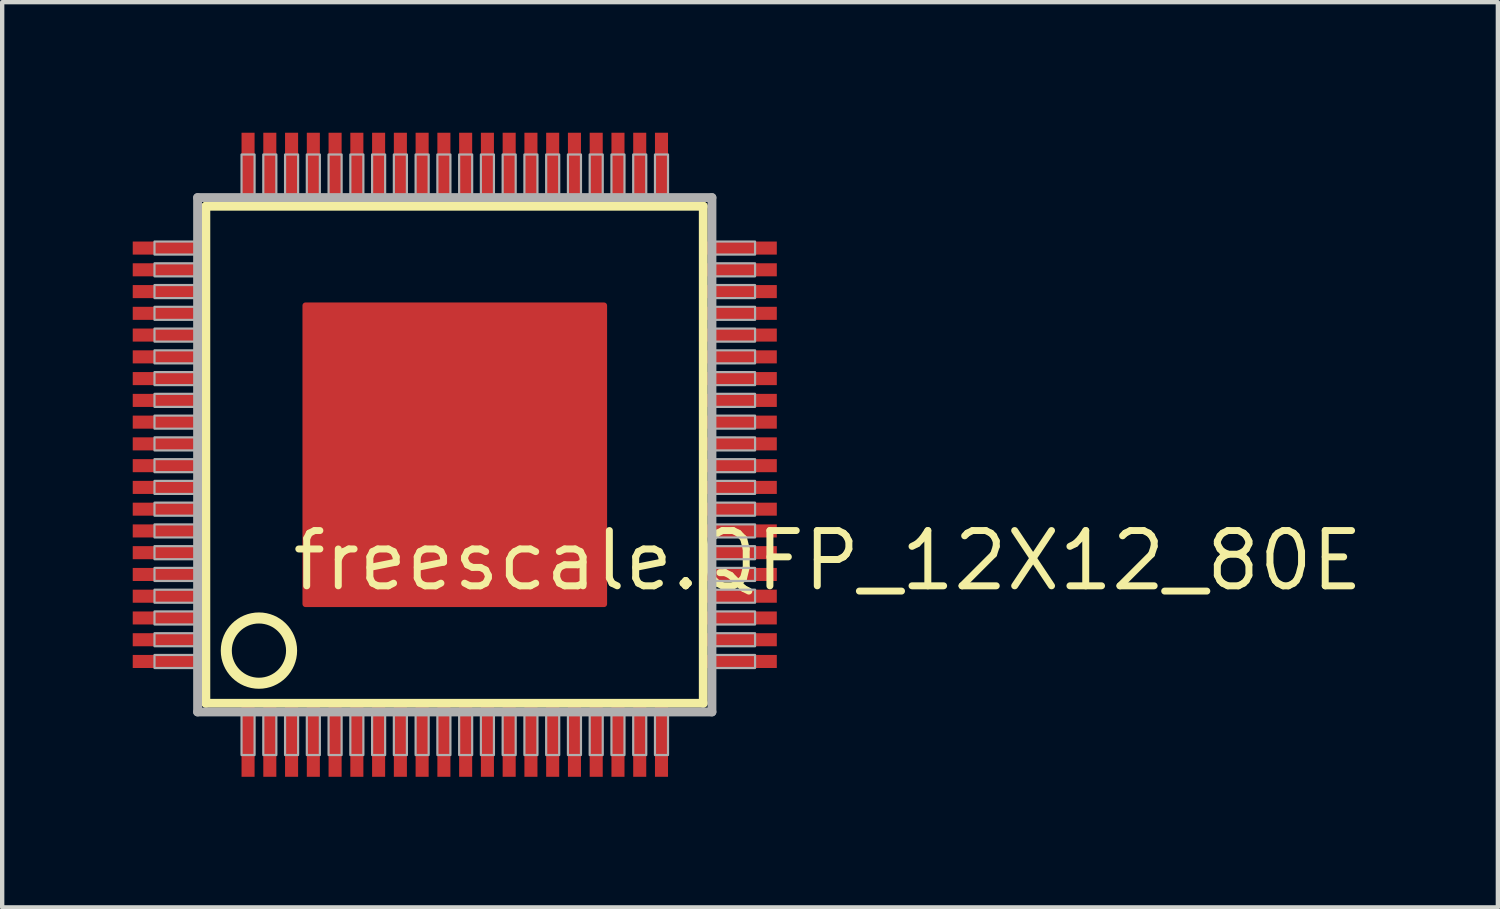
<source format=kicad_pcb>
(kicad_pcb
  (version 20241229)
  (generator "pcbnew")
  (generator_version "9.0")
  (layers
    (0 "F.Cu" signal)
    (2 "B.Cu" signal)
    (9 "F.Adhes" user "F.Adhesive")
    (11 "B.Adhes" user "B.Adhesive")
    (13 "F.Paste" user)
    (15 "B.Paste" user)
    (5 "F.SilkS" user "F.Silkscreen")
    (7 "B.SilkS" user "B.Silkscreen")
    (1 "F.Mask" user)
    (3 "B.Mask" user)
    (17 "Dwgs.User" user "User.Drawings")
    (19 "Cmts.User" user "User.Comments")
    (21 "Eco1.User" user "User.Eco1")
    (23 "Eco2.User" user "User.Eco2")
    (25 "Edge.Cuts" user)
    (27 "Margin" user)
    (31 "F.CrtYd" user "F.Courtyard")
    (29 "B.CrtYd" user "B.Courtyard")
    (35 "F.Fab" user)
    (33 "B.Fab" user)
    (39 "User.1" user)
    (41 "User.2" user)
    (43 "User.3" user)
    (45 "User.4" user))
  (footprint "freescale.QFP_12X12_80E"
    (layer "F.Cu")
    (at 7.4 7.4)
    (property "Reference" "freescale.QFP_12X12_80E" (at -3.81 3.175 0) (layer "F.SilkS") (effects (font (size 1.27 1.27) (thickness 0.16)) (justify left bottom)))
    (attr smd)
    (fp_line (start -5.72 -5.71) (end 5.71 -5.71) (stroke (width 0.203) (type default)) (layer "F.SilkS"))
    (fp_line (start -5.72 5.71) (end -5.72 -5.71) (stroke (width 0.203) (type default)) (layer "F.SilkS"))
    (fp_line (start 5.71 -5.71) (end 5.71 5.71) (stroke (width 0.203) (type default)) (layer "F.SilkS"))
    (fp_line (start 5.71 5.71) (end -5.72 5.71) (stroke (width 0.203) (type default)) (layer "F.SilkS"))
    (fp_circle (center -4.5 4.5) (end -3.75 4.5) (stroke (width 0.254) (type default)) (fill no) (layer "F.SilkS"))
    (fp_line (start -5.91 -5.91) (end -5.91 5.91) (stroke (width 0.203) (type default)) (layer "F.Fab"))
    (fp_line (start -5.91 5.91) (end 5.91 5.91) (stroke (width 0.203) (type default)) (layer "F.Fab"))
    (fp_line (start 5.91 -5.91) (end -5.91 -5.91) (stroke (width 0.203) (type default)) (layer "F.Fab"))
    (fp_line (start 5.91 5.91) (end 5.91 -5.91) (stroke (width 0.203) (type default)) (layer "F.Fab"))
    (fp_rect (start -6.9 -4.6) (end -5.95 -4.9) (stroke (width 0.05) (type default)) (fill no) (layer "F.Fab"))
    (fp_rect (start -6.9 -4.1) (end -5.95 -4.4) (stroke (width 0.05) (type default)) (fill no) (layer "F.Fab"))
    (fp_rect (start -6.9 -3.6) (end -5.95 -3.9) (stroke (width 0.05) (type default)) (fill no) (layer "F.Fab"))
    (fp_rect (start -6.9 -3.1) (end -5.95 -3.4) (stroke (width 0.05) (type default)) (fill no) (layer "F.Fab"))
    (fp_rect (start -6.9 -2.6) (end -5.95 -2.9) (stroke (width 0.05) (type default)) (fill no) (layer "F.Fab"))
    (fp_rect (start -6.9 -2.1) (end -5.95 -2.4) (stroke (width 0.05) (type default)) (fill no) (layer "F.Fab"))
    (fp_rect (start -6.9 -1.6) (end -5.95 -1.9) (stroke (width 0.05) (type default)) (fill no) (layer "F.Fab"))
    (fp_rect (start -6.9 -1.1) (end -5.95 -1.4) (stroke (width 0.05) (type default)) (fill no) (layer "F.Fab"))
    (fp_rect (start -6.9 -0.6) (end -5.95 -0.9) (stroke (width 0.05) (type default)) (fill no) (layer "F.Fab"))
    (fp_rect (start -6.9 -0.1) (end -5.95 -0.4) (stroke (width 0.05) (type default)) (fill no) (layer "F.Fab"))
    (fp_rect (start -6.9 0.4) (end -5.95 0.1) (stroke (width 0.05) (type default)) (fill no) (layer "F.Fab"))
    (fp_rect (start -6.9 0.9) (end -5.95 0.6) (stroke (width 0.05) (type default)) (fill no) (layer "F.Fab"))
    (fp_rect (start -6.9 1.4) (end -5.95 1.1) (stroke (width 0.05) (type default)) (fill no) (layer "F.Fab"))
    (fp_rect (start -6.9 1.9) (end -5.95 1.6) (stroke (width 0.05) (type default)) (fill no) (layer "F.Fab"))
    (fp_rect (start -6.9 2.4) (end -5.95 2.1) (stroke (width 0.05) (type default)) (fill no) (layer "F.Fab"))
    (fp_rect (start -6.9 2.9) (end -5.95 2.6) (stroke (width 0.05) (type default)) (fill no) (layer "F.Fab"))
    (fp_rect (start -6.9 3.4) (end -5.95 3.1) (stroke (width 0.05) (type default)) (fill no) (layer "F.Fab"))
    (fp_rect (start -6.9 3.9) (end -5.95 3.6) (stroke (width 0.05) (type default)) (fill no) (layer "F.Fab"))
    (fp_rect (start -6.9 4.4) (end -5.95 4.1) (stroke (width 0.05) (type default)) (fill no) (layer "F.Fab"))
    (fp_rect (start -6.9 4.9) (end -5.95 4.6) (stroke (width 0.05) (type default)) (fill no) (layer "F.Fab"))
    (fp_rect (start -4.9 -5.95) (end -4.6 -6.9) (stroke (width 0.05) (type default)) (fill no) (layer "F.Fab"))
    (fp_rect (start -4.9 6.9) (end -4.6 5.95) (stroke (width 0.05) (type default)) (fill no) (layer "F.Fab"))
    (fp_rect (start -4.4 -5.95) (end -4.1 -6.9) (stroke (width 0.05) (type default)) (fill no) (layer "F.Fab"))
    (fp_rect (start -4.4 6.9) (end -4.1 5.95) (stroke (width 0.05) (type default)) (fill no) (layer "F.Fab"))
    (fp_rect (start -3.9 -5.95) (end -3.6 -6.9) (stroke (width 0.05) (type default)) (fill no) (layer "F.Fab"))
    (fp_rect (start -3.9 6.9) (end -3.6 5.95) (stroke (width 0.05) (type default)) (fill no) (layer "F.Fab"))
    (fp_rect (start -3.4 -5.95) (end -3.1 -6.9) (stroke (width 0.05) (type default)) (fill no) (layer "F.Fab"))
    (fp_rect (start -3.4 6.9) (end -3.1 5.95) (stroke (width 0.05) (type default)) (fill no) (layer "F.Fab"))
    (fp_rect (start -2.9 -5.95) (end -2.6 -6.9) (stroke (width 0.05) (type default)) (fill no) (layer "F.Fab"))
    (fp_rect (start -2.9 6.9) (end -2.6 5.95) (stroke (width 0.05) (type default)) (fill no) (layer "F.Fab"))
    (fp_rect (start -2.4 -5.95) (end -2.1 -6.9) (stroke (width 0.05) (type default)) (fill no) (layer "F.Fab"))
    (fp_rect (start -2.4 6.9) (end -2.1 5.95) (stroke (width 0.05) (type default)) (fill no) (layer "F.Fab"))
    (fp_rect (start -1.9 -5.95) (end -1.6 -6.9) (stroke (width 0.05) (type default)) (fill no) (layer "F.Fab"))
    (fp_rect (start -1.9 6.9) (end -1.6 5.95) (stroke (width 0.05) (type default)) (fill no) (layer "F.Fab"))
    (fp_rect (start -1.4 -5.95) (end -1.1 -6.9) (stroke (width 0.05) (type default)) (fill no) (layer "F.Fab"))
    (fp_rect (start -1.4 6.9) (end -1.1 5.95) (stroke (width 0.05) (type default)) (fill no) (layer "F.Fab"))
    (fp_rect (start -0.9 -5.95) (end -0.6 -6.9) (stroke (width 0.05) (type default)) (fill no) (layer "F.Fab"))
    (fp_rect (start -0.9 6.9) (end -0.6 5.95) (stroke (width 0.05) (type default)) (fill no) (layer "F.Fab"))
    (fp_rect (start -0.4 -5.95) (end -0.1 -6.9) (stroke (width 0.05) (type default)) (fill no) (layer "F.Fab"))
    (fp_rect (start -0.4 6.9) (end -0.1 5.95) (stroke (width 0.05) (type default)) (fill no) (layer "F.Fab"))
    (fp_rect (start 0.1 -5.95) (end 0.4 -6.9) (stroke (width 0.05) (type default)) (fill no) (layer "F.Fab"))
    (fp_rect (start 0.1 6.9) (end 0.4 5.95) (stroke (width 0.05) (type default)) (fill no) (layer "F.Fab"))
    (fp_rect (start 0.6 -5.95) (end 0.9 -6.9) (stroke (width 0.05) (type default)) (fill no) (layer "F.Fab"))
    (fp_rect (start 0.6 6.9) (end 0.9 5.95) (stroke (width 0.05) (type default)) (fill no) (layer "F.Fab"))
    (fp_rect (start 1.1 -5.95) (end 1.4 -6.9) (stroke (width 0.05) (type default)) (fill no) (layer "F.Fab"))
    (fp_rect (start 1.1 6.9) (end 1.4 5.95) (stroke (width 0.05) (type default)) (fill no) (layer "F.Fab"))
    (fp_rect (start 1.6 -5.95) (end 1.9 -6.9) (stroke (width 0.05) (type default)) (fill no) (layer "F.Fab"))
    (fp_rect (start 1.6 6.9) (end 1.9 5.95) (stroke (width 0.05) (type default)) (fill no) (layer "F.Fab"))
    (fp_rect (start 2.1 -5.95) (end 2.4 -6.9) (stroke (width 0.05) (type default)) (fill no) (layer "F.Fab"))
    (fp_rect (start 2.1 6.9) (end 2.4 5.95) (stroke (width 0.05) (type default)) (fill no) (layer "F.Fab"))
    (fp_rect (start 2.6 -5.95) (end 2.9 -6.9) (stroke (width 0.05) (type default)) (fill no) (layer "F.Fab"))
    (fp_rect (start 2.6 6.9) (end 2.9 5.95) (stroke (width 0.05) (type default)) (fill no) (layer "F.Fab"))
    (fp_rect (start 3.1 -5.95) (end 3.4 -6.9) (stroke (width 0.05) (type default)) (fill no) (layer "F.Fab"))
    (fp_rect (start 3.1 6.9) (end 3.4 5.95) (stroke (width 0.05) (type default)) (fill no) (layer "F.Fab"))
    (fp_rect (start 3.6 -5.95) (end 3.9 -6.9) (stroke (width 0.05) (type default)) (fill no) (layer "F.Fab"))
    (fp_rect (start 3.6 6.9) (end 3.9 5.95) (stroke (width 0.05) (type default)) (fill no) (layer "F.Fab"))
    (fp_rect (start 4.1 -5.95) (end 4.4 -6.9) (stroke (width 0.05) (type default)) (fill no) (layer "F.Fab"))
    (fp_rect (start 4.1 6.9) (end 4.4 5.95) (stroke (width 0.05) (type default)) (fill no) (layer "F.Fab"))
    (fp_rect (start 4.6 -5.95) (end 4.9 -6.9) (stroke (width 0.05) (type default)) (fill no) (layer "F.Fab"))
    (fp_rect (start 4.6 6.9) (end 4.9 5.95) (stroke (width 0.05) (type default)) (fill no) (layer "F.Fab"))
    (fp_rect (start 5.95 -4.6) (end 6.9 -4.9) (stroke (width 0.05) (type default)) (fill no) (layer "F.Fab"))
    (fp_rect (start 5.95 -4.1) (end 6.9 -4.4) (stroke (width 0.05) (type default)) (fill no) (layer "F.Fab"))
    (fp_rect (start 5.95 -3.6) (end 6.9 -3.9) (stroke (width 0.05) (type default)) (fill no) (layer "F.Fab"))
    (fp_rect (start 5.95 -3.1) (end 6.9 -3.4) (stroke (width 0.05) (type default)) (fill no) (layer "F.Fab"))
    (fp_rect (start 5.95 -2.6) (end 6.9 -2.9) (stroke (width 0.05) (type default)) (fill no) (layer "F.Fab"))
    (fp_rect (start 5.95 -2.1) (end 6.9 -2.4) (stroke (width 0.05) (type default)) (fill no) (layer "F.Fab"))
    (fp_rect (start 5.95 -1.6) (end 6.9 -1.9) (stroke (width 0.05) (type default)) (fill no) (layer "F.Fab"))
    (fp_rect (start 5.95 -1.1) (end 6.9 -1.4) (stroke (width 0.05) (type default)) (fill no) (layer "F.Fab"))
    (fp_rect (start 5.95 -0.6) (end 6.9 -0.9) (stroke (width 0.05) (type default)) (fill no) (layer "F.Fab"))
    (fp_rect (start 5.95 -0.1) (end 6.9 -0.4) (stroke (width 0.05) (type default)) (fill no) (layer "F.Fab"))
    (fp_rect (start 5.95 0.4) (end 6.9 0.1) (stroke (width 0.05) (type default)) (fill no) (layer "F.Fab"))
    (fp_rect (start 5.95 0.9) (end 6.9 0.6) (stroke (width 0.05) (type default)) (fill no) (layer "F.Fab"))
    (fp_rect (start 5.95 1.4) (end 6.9 1.1) (stroke (width 0.05) (type default)) (fill no) (layer "F.Fab"))
    (fp_rect (start 5.95 1.9) (end 6.9 1.6) (stroke (width 0.05) (type default)) (fill no) (layer "F.Fab"))
    (fp_rect (start 5.95 2.4) (end 6.9 2.1) (stroke (width 0.05) (type default)) (fill no) (layer "F.Fab"))
    (fp_rect (start 5.95 2.9) (end 6.9 2.6) (stroke (width 0.05) (type default)) (fill no) (layer "F.Fab"))
    (fp_rect (start 5.95 3.4) (end 6.9 3.1) (stroke (width 0.05) (type default)) (fill no) (layer "F.Fab"))
    (fp_rect (start 5.95 3.9) (end 6.9 3.6) (stroke (width 0.05) (type default)) (fill no) (layer "F.Fab"))
    (fp_rect (start 5.95 4.4) (end 6.9 4.1) (stroke (width 0.05) (type default)) (fill no) (layer "F.Fab"))
    (fp_rect (start 5.95 4.9) (end 6.9 4.6) (stroke (width 0.05) (type default)) (fill no) (layer "F.Fab"))
    (pad "1" smd roundrect (at -4.75 6.6) (size 0.3 1.6) (layers "F.Cu" "F.Mask" "F.Paste") (roundrect_rratio 0.01))
    (pad "2" smd roundrect (at -4.25 6.6) (size 0.3 1.6) (layers "F.Cu" "F.Mask" "F.Paste") (roundrect_rratio 0.01))
    (pad "3" smd roundrect (at -3.75 6.6) (size 0.3 1.6) (layers "F.Cu" "F.Mask" "F.Paste") (roundrect_rratio 0.01))
    (pad "4" smd roundrect (at -3.25 6.6) (size 0.3 1.6) (layers "F.Cu" "F.Mask" "F.Paste") (roundrect_rratio 0.01))
    (pad "5" smd roundrect (at -2.75 6.6) (size 0.3 1.6) (layers "F.Cu" "F.Mask" "F.Paste") (roundrect_rratio 0.01))
    (pad "6" smd roundrect (at -2.25 6.6) (size 0.3 1.6) (layers "F.Cu" "F.Mask" "F.Paste") (roundrect_rratio 0.01))
    (pad "7" smd roundrect (at -1.75 6.6) (size 0.3 1.6) (layers "F.Cu" "F.Mask" "F.Paste") (roundrect_rratio 0.01))
    (pad "8" smd roundrect (at -1.25 6.6) (size 0.3 1.6) (layers "F.Cu" "F.Mask" "F.Paste") (roundrect_rratio 0.01))
    (pad "9" smd roundrect (at -0.75 6.6) (size 0.3 1.6) (layers "F.Cu" "F.Mask" "F.Paste") (roundrect_rratio 0.01))
    (pad "10" smd roundrect (at -0.25 6.6) (size 0.3 1.6) (layers "F.Cu" "F.Mask" "F.Paste") (roundrect_rratio 0.01))
    (pad "11" smd roundrect (at 0.25 6.6) (size 0.3 1.6) (layers "F.Cu" "F.Mask" "F.Paste") (roundrect_rratio 0.01))
    (pad "12" smd roundrect (at 0.75 6.6) (size 0.3 1.6) (layers "F.Cu" "F.Mask" "F.Paste") (roundrect_rratio 0.01))
    (pad "13" smd roundrect (at 1.25 6.6) (size 0.3 1.6) (layers "F.Cu" "F.Mask" "F.Paste") (roundrect_rratio 0.01))
    (pad "14" smd roundrect (at 1.75 6.6) (size 0.3 1.6) (layers "F.Cu" "F.Mask" "F.Paste") (roundrect_rratio 0.01))
    (pad "15" smd roundrect (at 2.25 6.6) (size 0.3 1.6) (layers "F.Cu" "F.Mask" "F.Paste") (roundrect_rratio 0.01))
    (pad "16" smd roundrect (at 2.75 6.6) (size 0.3 1.6) (layers "F.Cu" "F.Mask" "F.Paste") (roundrect_rratio 0.01))
    (pad "17" smd roundrect (at 3.25 6.6) (size 0.3 1.6) (layers "F.Cu" "F.Mask" "F.Paste") (roundrect_rratio 0.01))
    (pad "18" smd roundrect (at 3.75 6.6) (size 0.3 1.6) (layers "F.Cu" "F.Mask" "F.Paste") (roundrect_rratio 0.01))
    (pad "19" smd roundrect (at 4.25 6.6) (size 0.3 1.6) (layers "F.Cu" "F.Mask" "F.Paste") (roundrect_rratio 0.01))
    (pad "20" smd roundrect (at 4.75 6.6) (size 0.3 1.6) (layers "F.Cu" "F.Mask" "F.Paste") (roundrect_rratio 0.01))
    (pad "21" smd roundrect (at 6.6 4.75) (size 1.6 0.3) (layers "F.Cu" "F.Mask" "F.Paste") (roundrect_rratio 0.01))
    (pad "22" smd roundrect (at 6.6 4.25) (size 1.6 0.3) (layers "F.Cu" "F.Mask" "F.Paste") (roundrect_rratio 0.01))
    (pad "23" smd roundrect (at 6.6 3.75) (size 1.6 0.3) (layers "F.Cu" "F.Mask" "F.Paste") (roundrect_rratio 0.01))
    (pad "24" smd roundrect (at 6.6 3.25) (size 1.6 0.3) (layers "F.Cu" "F.Mask" "F.Paste") (roundrect_rratio 0.01))
    (pad "25" smd roundrect (at 6.6 2.75) (size 1.6 0.3) (layers "F.Cu" "F.Mask" "F.Paste") (roundrect_rratio 0.01))
    (pad "26" smd roundrect (at 6.6 2.25) (size 1.6 0.3) (layers "F.Cu" "F.Mask" "F.Paste") (roundrect_rratio 0.01))
    (pad "27" smd roundrect (at 6.6 1.75) (size 1.6 0.3) (layers "F.Cu" "F.Mask" "F.Paste") (roundrect_rratio 0.01))
    (pad "28" smd roundrect (at 6.6 1.25) (size 1.6 0.3) (layers "F.Cu" "F.Mask" "F.Paste") (roundrect_rratio 0.01))
    (pad "29" smd roundrect (at 6.6 0.75) (size 1.6 0.3) (layers "F.Cu" "F.Mask" "F.Paste") (roundrect_rratio 0.01))
    (pad "30" smd roundrect (at 6.6 0.25) (size 1.6 0.3) (layers "F.Cu" "F.Mask" "F.Paste") (roundrect_rratio 0.01))
    (pad "31" smd roundrect (at 6.6 -0.25) (size 1.6 0.3) (layers "F.Cu" "F.Mask" "F.Paste") (roundrect_rratio 0.01))
    (pad "32" smd roundrect (at 6.6 -0.75) (size 1.6 0.3) (layers "F.Cu" "F.Mask" "F.Paste") (roundrect_rratio 0.01))
    (pad "33" smd roundrect (at 6.6 -1.25) (size 1.6 0.3) (layers "F.Cu" "F.Mask" "F.Paste") (roundrect_rratio 0.01))
    (pad "34" smd roundrect (at 6.6 -1.75) (size 1.6 0.3) (layers "F.Cu" "F.Mask" "F.Paste") (roundrect_rratio 0.01))
    (pad "35" smd roundrect (at 6.6 -2.25) (size 1.6 0.3) (layers "F.Cu" "F.Mask" "F.Paste") (roundrect_rratio 0.01))
    (pad "36" smd roundrect (at 6.6 -2.75) (size 1.6 0.3) (layers "F.Cu" "F.Mask" "F.Paste") (roundrect_rratio 0.01))
    (pad "37" smd roundrect (at 6.6 -3.25) (size 1.6 0.3) (layers "F.Cu" "F.Mask" "F.Paste") (roundrect_rratio 0.01))
    (pad "38" smd roundrect (at 6.6 -3.75) (size 1.6 0.3) (layers "F.Cu" "F.Mask" "F.Paste") (roundrect_rratio 0.01))
    (pad "39" smd roundrect (at 6.6 -4.25) (size 1.6 0.3) (layers "F.Cu" "F.Mask" "F.Paste") (roundrect_rratio 0.01))
    (pad "40" smd roundrect (at 6.6 -4.75) (size 1.6 0.3) (layers "F.Cu" "F.Mask" "F.Paste") (roundrect_rratio 0.01))
    (pad "41" smd roundrect (at 4.75 -6.6) (size 0.3 1.6) (layers "F.Cu" "F.Mask" "F.Paste") (roundrect_rratio 0.01))
    (pad "42" smd roundrect (at 4.25 -6.6) (size 0.3 1.6) (layers "F.Cu" "F.Mask" "F.Paste") (roundrect_rratio 0.01))
    (pad "43" smd roundrect (at 3.75 -6.6) (size 0.3 1.6) (layers "F.Cu" "F.Mask" "F.Paste") (roundrect_rratio 0.01))
    (pad "44" smd roundrect (at 3.25 -6.6) (size 0.3 1.6) (layers "F.Cu" "F.Mask" "F.Paste") (roundrect_rratio 0.01))
    (pad "45" smd roundrect (at 2.75 -6.6) (size 0.3 1.6) (layers "F.Cu" "F.Mask" "F.Paste") (roundrect_rratio 0.01))
    (pad "46" smd roundrect (at 2.25 -6.6) (size 0.3 1.6) (layers "F.Cu" "F.Mask" "F.Paste") (roundrect_rratio 0.01))
    (pad "47" smd roundrect (at 1.75 -6.6) (size 0.3 1.6) (layers "F.Cu" "F.Mask" "F.Paste") (roundrect_rratio 0.01))
    (pad "48" smd roundrect (at 1.25 -6.6) (size 0.3 1.6) (layers "F.Cu" "F.Mask" "F.Paste") (roundrect_rratio 0.01))
    (pad "49" smd roundrect (at 0.75 -6.6) (size 0.3 1.6) (layers "F.Cu" "F.Mask" "F.Paste") (roundrect_rratio 0.01))
    (pad "50" smd roundrect (at 0.25 -6.6) (size 0.3 1.6) (layers "F.Cu" "F.Mask" "F.Paste") (roundrect_rratio 0.01))
    (pad "51" smd roundrect (at -0.25 -6.6) (size 0.3 1.6) (layers "F.Cu" "F.Mask" "F.Paste") (roundrect_rratio 0.01))
    (pad "52" smd roundrect (at -0.75 -6.6) (size 0.3 1.6) (layers "F.Cu" "F.Mask" "F.Paste") (roundrect_rratio 0.01))
    (pad "53" smd roundrect (at -1.25 -6.6) (size 0.3 1.6) (layers "F.Cu" "F.Mask" "F.Paste") (roundrect_rratio 0.01))
    (pad "54" smd roundrect (at -1.75 -6.6) (size 0.3 1.6) (layers "F.Cu" "F.Mask" "F.Paste") (roundrect_rratio 0.01))
    (pad "55" smd roundrect (at -2.25 -6.6) (size 0.3 1.6) (layers "F.Cu" "F.Mask" "F.Paste") (roundrect_rratio 0.01))
    (pad "56" smd roundrect (at -2.75 -6.6) (size 0.3 1.6) (layers "F.Cu" "F.Mask" "F.Paste") (roundrect_rratio 0.01))
    (pad "57" smd roundrect (at -3.25 -6.6) (size 0.3 1.6) (layers "F.Cu" "F.Mask" "F.Paste") (roundrect_rratio 0.01))
    (pad "58" smd roundrect (at -3.75 -6.6) (size 0.3 1.6) (layers "F.Cu" "F.Mask" "F.Paste") (roundrect_rratio 0.01))
    (pad "59" smd roundrect (at -4.25 -6.6) (size 0.3 1.6) (layers "F.Cu" "F.Mask" "F.Paste") (roundrect_rratio 0.01))
    (pad "60" smd roundrect (at -4.75 -6.6) (size 0.3 1.6) (layers "F.Cu" "F.Mask" "F.Paste") (roundrect_rratio 0.01))
    (pad "61" smd roundrect (at -6.6 -4.75) (size 1.6 0.3) (layers "F.Cu" "F.Mask" "F.Paste") (roundrect_rratio 0.01))
    (pad "62" smd roundrect (at -6.6 -4.25) (size 1.6 0.3) (layers "F.Cu" "F.Mask" "F.Paste") (roundrect_rratio 0.01))
    (pad "63" smd roundrect (at -6.6 -3.75) (size 1.6 0.3) (layers "F.Cu" "F.Mask" "F.Paste") (roundrect_rratio 0.01))
    (pad "64" smd roundrect (at -6.6 -3.25) (size 1.6 0.3) (layers "F.Cu" "F.Mask" "F.Paste") (roundrect_rratio 0.01))
    (pad "65" smd roundrect (at -6.6 -2.75) (size 1.6 0.3) (layers "F.Cu" "F.Mask" "F.Paste") (roundrect_rratio 0.01))
    (pad "66" smd roundrect (at -6.6 -2.25) (size 1.6 0.3) (layers "F.Cu" "F.Mask" "F.Paste") (roundrect_rratio 0.01))
    (pad "67" smd roundrect (at -6.6 -1.75) (size 1.6 0.3) (layers "F.Cu" "F.Mask" "F.Paste") (roundrect_rratio 0.01))
    (pad "68" smd roundrect (at -6.6 -1.25) (size 1.6 0.3) (layers "F.Cu" "F.Mask" "F.Paste") (roundrect_rratio 0.01))
    (pad "69" smd roundrect (at -6.6 -0.75) (size 1.6 0.3) (layers "F.Cu" "F.Mask" "F.Paste") (roundrect_rratio 0.01))
    (pad "70" smd roundrect (at -6.6 -0.25) (size 1.6 0.3) (layers "F.Cu" "F.Mask" "F.Paste") (roundrect_rratio 0.01))
    (pad "71" smd roundrect (at -6.6 0.25) (size 1.6 0.3) (layers "F.Cu" "F.Mask" "F.Paste") (roundrect_rratio 0.01))
    (pad "72" smd roundrect (at -6.6 0.75) (size 1.6 0.3) (layers "F.Cu" "F.Mask" "F.Paste") (roundrect_rratio 0.01))
    (pad "73" smd roundrect (at -6.6 1.25) (size 1.6 0.3) (layers "F.Cu" "F.Mask" "F.Paste") (roundrect_rratio 0.01))
    (pad "74" smd roundrect (at -6.6 1.75) (size 1.6 0.3) (layers "F.Cu" "F.Mask" "F.Paste") (roundrect_rratio 0.01))
    (pad "75" smd roundrect (at -6.6 2.25) (size 1.6 0.3) (layers "F.Cu" "F.Mask" "F.Paste") (roundrect_rratio 0.01))
    (pad "76" smd roundrect (at -6.6 2.75) (size 1.6 0.3) (layers "F.Cu" "F.Mask" "F.Paste") (roundrect_rratio 0.01))
    (pad "77" smd roundrect (at -6.6 3.25) (size 1.6 0.3) (layers "F.Cu" "F.Mask" "F.Paste") (roundrect_rratio 0.01))
    (pad "78" smd roundrect (at -6.6 3.75) (size 1.6 0.3) (layers "F.Cu" "F.Mask" "F.Paste") (roundrect_rratio 0.01))
    (pad "79" smd roundrect (at -6.6 4.25) (size 1.6 0.3) (layers "F.Cu" "F.Mask" "F.Paste") (roundrect_rratio 0.01))
    (pad "80" smd roundrect (at -6.6 4.75) (size 1.6 0.3) (layers "F.Cu" "F.Mask" "F.Paste") (roundrect_rratio 0.01))
    (pad "EXP" smd roundrect (at 0 0) (size 7 7) (layers "F.Cu" "F.Mask" "F.Paste") (roundrect_rratio 0.01)))
  (gr_rect
    (start -3 -3)
    (end 31.369 17.8)
    (stroke (width 0.1) (type default))
    (fill no)
    (layer "Edge.Cuts")))
</source>
